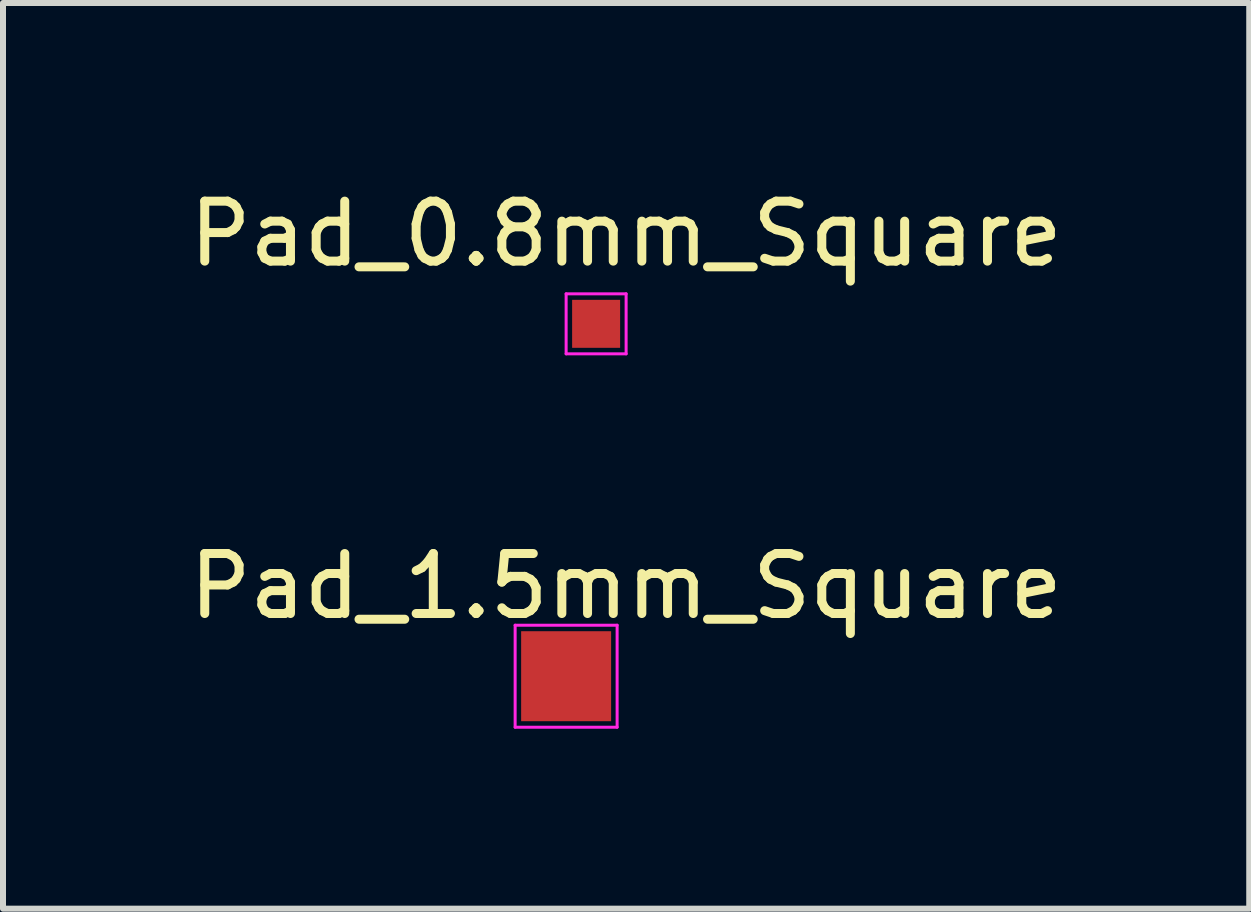
<source format=kicad_pcb>
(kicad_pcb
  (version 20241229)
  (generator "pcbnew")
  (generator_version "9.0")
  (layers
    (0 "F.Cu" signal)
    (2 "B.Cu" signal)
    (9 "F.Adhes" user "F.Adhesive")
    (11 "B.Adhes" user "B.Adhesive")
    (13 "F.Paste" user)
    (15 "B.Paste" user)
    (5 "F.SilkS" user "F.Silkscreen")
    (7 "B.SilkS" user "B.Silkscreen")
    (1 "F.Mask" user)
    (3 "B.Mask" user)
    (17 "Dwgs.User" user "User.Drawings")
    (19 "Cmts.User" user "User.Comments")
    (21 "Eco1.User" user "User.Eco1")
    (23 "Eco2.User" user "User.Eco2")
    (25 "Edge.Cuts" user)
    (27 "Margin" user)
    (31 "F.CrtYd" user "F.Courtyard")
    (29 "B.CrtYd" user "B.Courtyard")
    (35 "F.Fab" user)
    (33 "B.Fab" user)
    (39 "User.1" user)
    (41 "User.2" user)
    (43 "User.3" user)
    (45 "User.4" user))
  (footprint "Pad_0.8mm_Square"
    (layer "F.Cu")
    (at 6.887 2.348)
    (property "Reference" "Pad_0.8mm_Square" (at 0.5 -1.5 0) (layer "F.SilkS") (effects (font (size 1 1) (thickness 0.15))))
    (attr smd)
    (fp_line (start -0.5 -0.5) (end 0.5 -0.5) (stroke (width 0.05) (type solid)) (layer "F.CrtYd"))
    (fp_line (start -0.5 0.5) (end -0.5 -0.5) (stroke (width 0.05) (type solid)) (layer "F.CrtYd"))
    (fp_line (start 0.5 -0.5) (end 0.5 0.5) (stroke (width 0.05) (type solid)) (layer "F.CrtYd"))
    (fp_line (start 0.5 0.5) (end -0.5 0.5) (stroke (width 0.05) (type solid)) (layer "F.CrtYd"))
    (pad "1" smd rect (at 0 0) (size 0.8 0.8) (layers "F.Cu" "F.Mask")))
  (footprint "Pad_1.5mm_Square"
    (layer "F.Cu")
    (at 6.387 8.222)
    (property "Reference" "Pad_1.5mm_Square" (at 1 -1.5 0) (layer "F.SilkS") (effects (font (size 1 1) (thickness 0.15))))
    (attr smd)
    (fp_line (start -0.85 -0.85) (end 0.85 -0.85) (stroke (width 0.05) (type solid)) (layer "F.CrtYd"))
    (fp_line (start -0.85 0.85) (end -0.85 -0.85) (stroke (width 0.05) (type solid)) (layer "F.CrtYd"))
    (fp_line (start 0.85 -0.85) (end 0.85 0.85) (stroke (width 0.05) (type solid)) (layer "F.CrtYd"))
    (fp_line (start 0.85 0.85) (end -0.85 0.85) (stroke (width 0.05) (type solid)) (layer "F.CrtYd"))
    (pad "1" smd rect (at 0 0) (size 1.5 1.5) (layers "F.Cu" "F.Mask")))
  (gr_rect
    (start -3 -3)
    (end 17.774 12.097)
    (stroke (width 0.1) (type default))
    (fill no)
    (layer "Edge.Cuts")))
</source>
